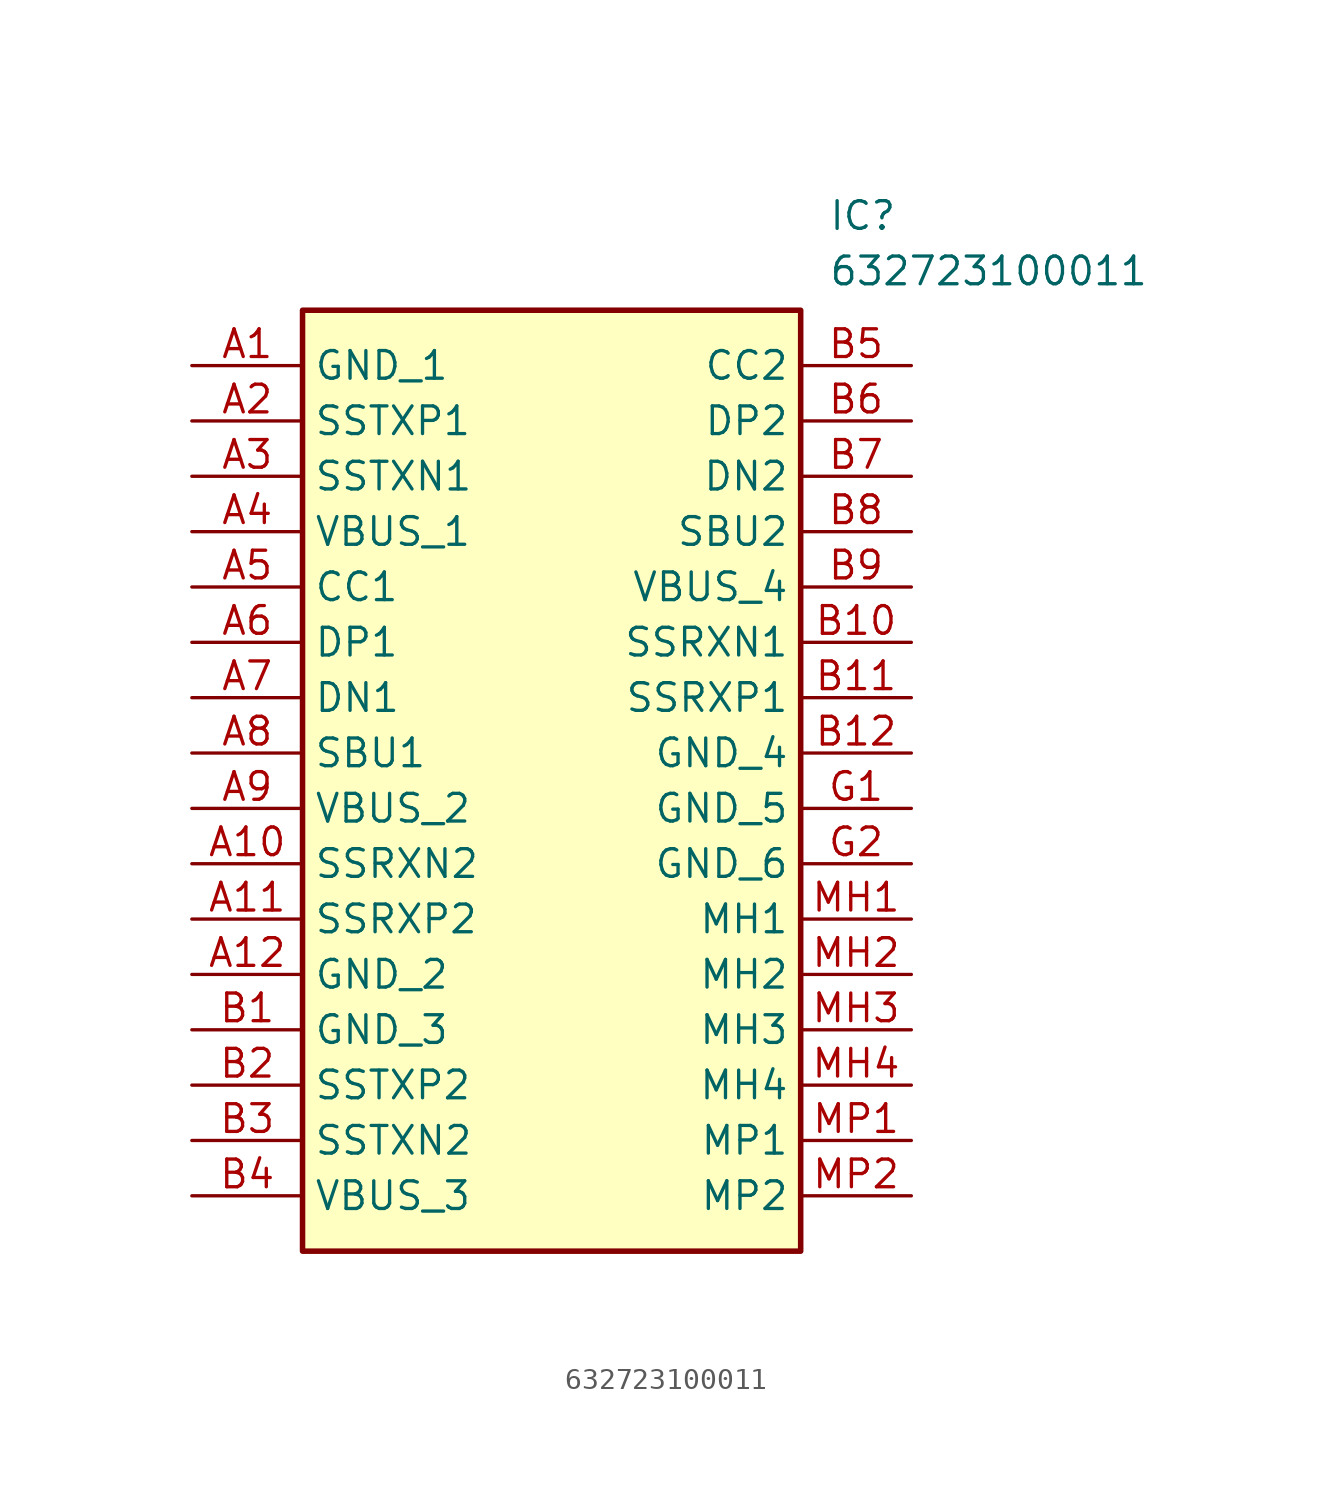
<source format=kicad_sym>
(kicad_symbol_lib
  (version 20211014)
  (generator SamacSys_ECAD_Model)
  (symbol "632723100011"
    (property "Reference" "IC"
      (at 29.21 7.62 0)
      (effects (font (size 1.27 1.27)) (justify left top)))
    (property "Value" "632723100011"
      (at 29.21 5.08 0)
      (effects (font (size 1.27 1.27)) (justify left top)))
    (rectangle
      (start 5.08 2.54)
      (end 27.94 -40.64)
      (stroke (width 0.254) (type default))
      (fill (type background)))
    (pin passive line
      (at 0 0 0)
      (length 5.08)
      (name "GND_1" (effects (font (size 1.27 1.27))))
      (number "A1" (effects (font (size 1.27 1.27)))))
    (pin passive line
      (at 0 -2.54 0)
      (length 5.08)
      (name "SSTXP1" (effects (font (size 1.27 1.27))))
      (number "A2" (effects (font (size 1.27 1.27)))))
    (pin passive line
      (at 0 -5.08 0)
      (length 5.08)
      (name "SSTXN1" (effects (font (size 1.27 1.27))))
      (number "A3" (effects (font (size 1.27 1.27)))))
    (pin passive line
      (at 0 -7.62 0)
      (length 5.08)
      (name "VBUS_1" (effects (font (size 1.27 1.27))))
      (number "A4" (effects (font (size 1.27 1.27)))))
    (pin passive line
      (at 0 -10.16 0)
      (length 5.08)
      (name "CC1" (effects (font (size 1.27 1.27))))
      (number "A5" (effects (font (size 1.27 1.27)))))
    (pin passive line
      (at 0 -12.7 0)
      (length 5.08)
      (name "DP1" (effects (font (size 1.27 1.27))))
      (number "A6" (effects (font (size 1.27 1.27)))))
    (pin passive line
      (at 0 -15.24 0)
      (length 5.08)
      (name "DN1" (effects (font (size 1.27 1.27))))
      (number "A7" (effects (font (size 1.27 1.27)))))
    (pin passive line
      (at 0 -17.78 0)
      (length 5.08)
      (name "SBU1" (effects (font (size 1.27 1.27))))
      (number "A8" (effects (font (size 1.27 1.27)))))
    (pin passive line
      (at 0 -20.32 0)
      (length 5.08)
      (name "VBUS_2" (effects (font (size 1.27 1.27))))
      (number "A9" (effects (font (size 1.27 1.27)))))
    (pin passive line
      (at 0 -22.86 0)
      (length 5.08)
      (name "SSRXN2" (effects (font (size 1.27 1.27))))
      (number "A10" (effects (font (size 1.27 1.27)))))
    (pin passive line
      (at 0 -25.4 0)
      (length 5.08)
      (name "SSRXP2" (effects (font (size 1.27 1.27))))
      (number "A11" (effects (font (size 1.27 1.27)))))
    (pin passive line
      (at 0 -27.94 0)
      (length 5.08)
      (name "GND_2" (effects (font (size 1.27 1.27))))
      (number "A12" (effects (font (size 1.27 1.27)))))
    (pin passive line
      (at 0 -30.48 0)
      (length 5.08)
      (name "GND_3" (effects (font (size 1.27 1.27))))
      (number "B1" (effects (font (size 1.27 1.27)))))
    (pin passive line
      (at 0 -33.02 0)
      (length 5.08)
      (name "SSTXP2" (effects (font (size 1.27 1.27))))
      (number "B2" (effects (font (size 1.27 1.27)))))
    (pin passive line
      (at 0 -35.56 0)
      (length 5.08)
      (name "SSTXN2" (effects (font (size 1.27 1.27))))
      (number "B3" (effects (font (size 1.27 1.27)))))
    (pin passive line
      (at 0 -38.1 0)
      (length 5.08)
      (name "VBUS_3" (effects (font (size 1.27 1.27))))
      (number "B4" (effects (font (size 1.27 1.27)))))
    (pin passive line
      (at 33.02 0 180)
      (length 5.08)
      (name "CC2" (effects (font (size 1.27 1.27))))
      (number "B5" (effects (font (size 1.27 1.27)))))
    (pin passive line
      (at 33.02 -2.54 180)
      (length 5.08)
      (name "DP2" (effects (font (size 1.27 1.27))))
      (number "B6" (effects (font (size 1.27 1.27)))))
    (pin passive line
      (at 33.02 -5.08 180)
      (length 5.08)
      (name "DN2" (effects (font (size 1.27 1.27))))
      (number "B7" (effects (font (size 1.27 1.27)))))
    (pin passive line
      (at 33.02 -7.62 180)
      (length 5.08)
      (name "SBU2" (effects (font (size 1.27 1.27))))
      (number "B8" (effects (font (size 1.27 1.27)))))
    (pin passive line
      (at 33.02 -10.16 180)
      (length 5.08)
      (name "VBUS_4" (effects (font (size 1.27 1.27))))
      (number "B9" (effects (font (size 1.27 1.27)))))
    (pin passive line
      (at 33.02 -12.7 180)
      (length 5.08)
      (name "SSRXN1" (effects (font (size 1.27 1.27))))
      (number "B10" (effects (font (size 1.27 1.27)))))
    (pin passive line
      (at 33.02 -15.24 180)
      (length 5.08)
      (name "SSRXP1" (effects (font (size 1.27 1.27))))
      (number "B11" (effects (font (size 1.27 1.27)))))
    (pin passive line
      (at 33.02 -17.78 180)
      (length 5.08)
      (name "GND_4" (effects (font (size 1.27 1.27))))
      (number "B12" (effects (font (size 1.27 1.27)))))
    (pin passive line
      (at 33.02 -20.32 180)
      (length 5.08)
      (name "GND_5" (effects (font (size 1.27 1.27))))
      (number "G1" (effects (font (size 1.27 1.27)))))
    (pin passive line
      (at 33.02 -22.86 180)
      (length 5.08)
      (name "GND_6" (effects (font (size 1.27 1.27))))
      (number "G2" (effects (font (size 1.27 1.27)))))
    (pin passive line
      (at 33.02 -25.4 180)
      (length 5.08)
      (name "MH1" (effects (font (size 1.27 1.27))))
      (number "MH1" (effects (font (size 1.27 1.27)))))
    (pin passive line
      (at 33.02 -27.94 180)
      (length 5.08)
      (name "MH2" (effects (font (size 1.27 1.27))))
      (number "MH2" (effects (font (size 1.27 1.27)))))
    (pin passive line
      (at 33.02 -30.48 180)
      (length 5.08)
      (name "MH3" (effects (font (size 1.27 1.27))))
      (number "MH3" (effects (font (size 1.27 1.27)))))
    (pin passive line
      (at 33.02 -33.02 180)
      (length 5.08)
      (name "MH4" (effects (font (size 1.27 1.27))))
      (number "MH4" (effects (font (size 1.27 1.27)))))
    (pin passive line
      (at 33.02 -35.56 180)
      (length 5.08)
      (name "MP1" (effects (font (size 1.27 1.27))))
      (number "MP1" (effects (font (size 1.27 1.27)))))
    (pin passive line
      (at 33.02 -38.1 180)
      (length 5.08)
      (name "MP2" (effects (font (size 1.27 1.27))))
      (number "MP2" (effects (font (size 1.27 1.27)))))))
</source>
